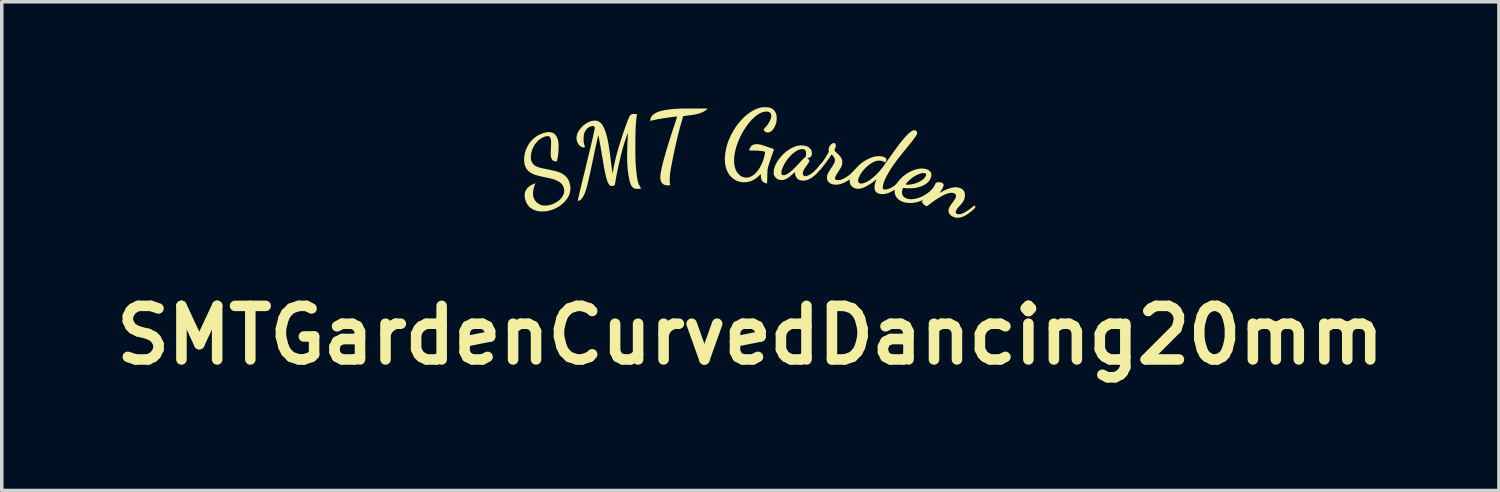
<source format=kicad_pcb>
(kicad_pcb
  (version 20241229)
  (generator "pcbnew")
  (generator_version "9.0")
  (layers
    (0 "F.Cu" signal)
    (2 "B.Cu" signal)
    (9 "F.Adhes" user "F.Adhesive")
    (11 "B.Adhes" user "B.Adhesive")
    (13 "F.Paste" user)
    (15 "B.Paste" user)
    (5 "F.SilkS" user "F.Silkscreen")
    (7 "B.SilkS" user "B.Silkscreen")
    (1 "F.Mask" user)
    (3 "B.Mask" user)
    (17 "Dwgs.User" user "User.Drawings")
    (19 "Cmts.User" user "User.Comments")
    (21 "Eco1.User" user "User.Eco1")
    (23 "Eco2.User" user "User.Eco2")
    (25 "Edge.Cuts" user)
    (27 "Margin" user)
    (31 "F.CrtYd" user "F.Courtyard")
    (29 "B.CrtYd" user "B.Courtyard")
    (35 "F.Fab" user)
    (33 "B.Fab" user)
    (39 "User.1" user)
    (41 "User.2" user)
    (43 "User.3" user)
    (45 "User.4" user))
  (footprint "SMTGardenCurvedDancing20mm"
    (layer "F.Cu")
    (at 18.295 6.486)
    (property "Reference" "SMTGardenCurvedDancing20mm" (at 0 0 0) (layer "F.SilkS") (effects (font (size 1.524 1.524) (thickness 0.3))))
    (attr board_only exclude_from_pos_files exclude_from_bom)
    (fp_poly (pts (xy -1.484 -6.449) (xy -1.42 -6.449) (xy -1.363 -6.449) (xy -1.314 -6.448) (xy -1.273 -6.448) (xy -1.242 -6.448) (xy -1.222 -6.447) (xy -1.213 -6.446) (xy -1.213 -6.446) (xy -1.218 -6.44) (xy -1.231 -6.429) (xy -1.249 -6.413) (xy -1.255 -6.409) (xy -1.299 -6.377) (xy -1.348 -6.35) (xy -1.404 -6.325) (xy -1.468 -6.304) (xy -1.541 -6.286) (xy -1.624 -6.27) (xy -1.719 -6.256) (xy -1.785 -6.248) (xy -1.822 -6.243) (xy -1.856 -6.239) (xy -1.882 -6.235) (xy -1.9 -6.232) (xy -1.905 -6.231) (xy -1.912 -6.222) (xy -1.915 -6.212) (xy -1.918 -6.201) (xy -1.924 -6.179) (xy -1.933 -6.15) (xy -1.943 -6.114) (xy -1.955 -6.074) (xy -1.956 -6.07) (xy -1.983 -5.976) (xy -2.012 -5.87) (xy -2.042 -5.755) (xy -2.072 -5.632) (xy -2.102 -5.502) (xy -2.133 -5.368) (xy -2.163 -5.231) (xy -2.192 -5.093) (xy -2.219 -4.955) (xy -2.246 -4.82) (xy -2.27 -4.689) (xy -2.271 -4.683) (xy -2.278 -4.634) (xy -2.284 -4.581) (xy -2.289 -4.525) (xy -2.292 -4.47) (xy -2.293 -4.417) (xy -2.293 -4.371) (xy -2.291 -4.333) (xy -2.287 -4.309) (xy -2.283 -4.288) (xy -2.282 -4.273) (xy -2.283 -4.268) (xy -2.293 -4.265) (xy -2.312 -4.263) (xy -2.337 -4.263) (xy -2.365 -4.263) (xy -2.39 -4.266) (xy -2.399 -4.267) (xy -2.441 -4.277) (xy -2.474 -4.293) (xy -2.502 -4.318) (xy -2.522 -4.341) (xy -2.542 -4.377) (xy -2.555 -4.42) (xy -2.561 -4.473) (xy -2.561 -4.49) (xy -2.558 -4.542) (xy -2.55 -4.606) (xy -2.537 -4.682) (xy -2.519 -4.771) (xy -2.495 -4.871) (xy -2.466 -4.984) (xy -2.431 -5.109) (xy -2.392 -5.246) (xy -2.347 -5.396) (xy -2.296 -5.557) (xy -2.241 -5.731) (xy -2.18 -5.916) (xy -2.16 -5.977) (xy -2.141 -6.033) (xy -2.125 -6.084) (xy -2.11 -6.129) (xy -2.099 -6.166) (xy -2.09 -6.194) (xy -2.085 -6.212) (xy -2.083 -6.219) (xy -2.092 -6.22) (xy -2.112 -6.219) (xy -2.142 -6.216) (xy -2.181 -6.212) (xy -2.227 -6.206) (xy -2.279 -6.199) (xy -2.335 -6.192) (xy -2.393 -6.183) (xy -2.452 -6.174) (xy -2.511 -6.165) (xy -2.568 -6.155) (xy -2.621 -6.146) (xy -2.669 -6.137) (xy -2.711 -6.129) (xy -2.737 -6.123) (xy -2.768 -6.116) (xy -2.797 -6.109) (xy -2.819 -6.104) (xy -2.829 -6.102) (xy -2.849 -6.098) (xy -2.845 -6.131) (xy -2.833 -6.182) (xy -2.808 -6.227) (xy -2.772 -6.268) (xy -2.723 -6.305) (xy -2.662 -6.337) (xy -2.589 -6.366) (xy -2.503 -6.389) (xy -2.404 -6.409) (xy -2.302 -6.423) (xy -2.257 -6.428) (xy -2.215 -6.433) (xy -2.174 -6.437) (xy -2.133 -6.44) (xy -2.09 -6.442) (xy -2.044 -6.444) (xy -1.993 -6.446) (xy -1.937 -6.447) (xy -1.872 -6.448) (xy -1.799 -6.449) (xy -1.716 -6.449) (xy -1.625 -6.449) (xy -1.552 -6.449)) (stroke (width 0) (type solid)) (fill yes) (layer "F.SilkS"))
    (fp_poly (pts (xy 0.452 -6.485) (xy 0.498 -6.482) (xy 0.538 -6.476) (xy 0.57 -6.469) (xy 0.576 -6.467) (xy 0.626 -6.44) (xy 0.67 -6.403) (xy 0.706 -6.357) (xy 0.733 -6.303) (xy 0.739 -6.287) (xy 0.744 -6.263) (xy 0.748 -6.234) (xy 0.749 -6.196) (xy 0.749 -6.167) (xy 0.749 -6.127) (xy 0.747 -6.097) (xy 0.743 -6.071) (xy 0.737 -6.044) (xy 0.731 -6.024) (xy 0.706 -5.955) (xy 0.676 -5.897) (xy 0.642 -5.848) (xy 0.605 -5.81) (xy 0.564 -5.784) (xy 0.521 -5.769) (xy 0.493 -5.767) (xy 0.458 -5.771) (xy 0.429 -5.784) (xy 0.404 -5.809) (xy 0.394 -5.824) (xy 0.374 -5.856) (xy 0.416 -5.898) (xy 0.466 -5.954) (xy 0.513 -6.019) (xy 0.552 -6.088) (xy 0.58 -6.15) (xy 0.592 -6.193) (xy 0.596 -6.236) (xy 0.593 -6.274) (xy 0.583 -6.303) (xy 0.562 -6.33) (xy 0.531 -6.349) (xy 0.493 -6.36) (xy 0.449 -6.363) (xy 0.4 -6.358) (xy 0.349 -6.345) (xy 0.296 -6.325) (xy 0.247 -6.3) (xy 0.172 -6.249) (xy 0.097 -6.185) (xy 0.023 -6.111) (xy -0.049 -6.027) (xy -0.118 -5.934) (xy -0.183 -5.834) (xy -0.244 -5.728) (xy -0.299 -5.616) (xy -0.348 -5.501) (xy -0.384 -5.403) (xy -0.417 -5.291) (xy -0.441 -5.183) (xy -0.456 -5.079) (xy -0.462 -4.981) (xy -0.458 -4.889) (xy -0.445 -4.804) (xy -0.423 -4.727) (xy -0.398 -4.67) (xy -0.378 -4.638) (xy -0.35 -4.604) (xy -0.318 -4.571) (xy -0.285 -4.542) (xy -0.253 -4.519) (xy -0.239 -4.512) (xy -0.18 -4.491) (xy -0.12 -4.483) (xy -0.06 -4.488) (xy -0.001 -4.505) (xy 0.057 -4.535) (xy 0.114 -4.576) (xy 0.168 -4.628) (xy 0.22 -4.692) (xy 0.269 -4.766) (xy 0.31 -4.843) (xy 0.344 -4.918) (xy 0.371 -4.991) (xy 0.393 -5.068) (xy 0.403 -5.11) (xy 0.412 -5.15) (xy 0.417 -5.179) (xy 0.419 -5.2) (xy 0.415 -5.213) (xy 0.408 -5.222) (xy 0.394 -5.227) (xy 0.377 -5.231) (xy 0.307 -5.242) (xy 0.227 -5.249) (xy 0.136 -5.253) (xy 0.087 -5.253) (xy 0.042 -5.253) (xy 0.009 -5.254) (xy -0.014 -5.256) (xy -0.027 -5.26) (xy -0.033 -5.266) (xy -0.032 -5.277) (xy -0.026 -5.292) (xy -0.017 -5.312) (xy -0.017 -5.312) (xy 0.008 -5.357) (xy 0.037 -5.391) (xy 0.071 -5.414) (xy 0.112 -5.428) (xy 0.162 -5.434) (xy 0.182 -5.435) (xy 0.212 -5.434) (xy 0.241 -5.431) (xy 0.272 -5.425) (xy 0.308 -5.417) (xy 0.349 -5.405) (xy 0.398 -5.389) (xy 0.457 -5.369) (xy 0.474 -5.363) (xy 0.517 -5.348) (xy 0.557 -5.334) (xy 0.592 -5.322) (xy 0.62 -5.313) (xy 0.639 -5.307) (xy 0.643 -5.306) (xy 0.661 -5.3) (xy 0.672 -5.294) (xy 0.673 -5.291) (xy 0.671 -5.283) (xy 0.665 -5.264) (xy 0.656 -5.236) (xy 0.644 -5.201) (xy 0.63 -5.161) (xy 0.617 -5.124) (xy 0.585 -5.03) (xy 0.557 -4.947) (xy 0.533 -4.874) (xy 0.515 -4.813) (xy 0.501 -4.763) (xy 0.496 -4.738) (xy 0.492 -4.714) (xy 0.489 -4.681) (xy 0.486 -4.638) (xy 0.484 -4.583) (xy 0.482 -4.517) (xy 0.482 -4.502) (xy 0.481 -4.453) (xy 0.48 -4.409) (xy 0.478 -4.372) (xy 0.477 -4.342) (xy 0.476 -4.322) (xy 0.474 -4.314) (xy 0.474 -4.314) (xy 0.466 -4.316) (xy 0.449 -4.321) (xy 0.427 -4.328) (xy 0.425 -4.329) (xy 0.383 -4.348) (xy 0.35 -4.372) (xy 0.327 -4.403) (xy 0.311 -4.443) (xy 0.303 -4.493) (xy 0.301 -4.518) (xy 0.298 -4.587) (xy 0.258 -4.546) (xy 0.187 -4.482) (xy 0.113 -4.43) (xy 0.037 -4.392) (xy -0.042 -4.366) (xy -0.114 -4.354) (xy -0.2 -4.351) (xy -0.281 -4.361) (xy -0.357 -4.382) (xy -0.428 -4.413) (xy -0.492 -4.456) (xy -0.55 -4.507) (xy -0.6 -4.568) (xy -0.643 -4.638) (xy -0.677 -4.715) (xy -0.703 -4.799) (xy -0.719 -4.89) (xy -0.725 -4.987) (xy -0.724 -5.06) (xy -0.711 -5.189) (xy -0.688 -5.314) (xy -0.655 -5.437) (xy -0.61 -5.56) (xy -0.554 -5.685) (xy -0.533 -5.725) (xy -0.47 -5.837) (xy -0.402 -5.942) (xy -0.327 -6.04) (xy -0.249 -6.131) (xy -0.167 -6.213) (xy -0.081 -6.285) (xy 0.006 -6.348) (xy 0.094 -6.4) (xy 0.183 -6.441) (xy 0.271 -6.47) (xy 0.323 -6.481) (xy 0.361 -6.485) (xy 0.405 -6.486)) (stroke (width 0) (type solid)) (fill yes) (layer "F.SilkS"))
    (fp_poly (pts (xy -5.695 -5.777) (xy -5.641 -5.766) (xy -5.593 -5.743) (xy -5.553 -5.709) (xy -5.519 -5.664) (xy -5.504 -5.637) (xy -5.487 -5.599) (xy -5.474 -5.562) (xy -5.465 -5.521) (xy -5.459 -5.476) (xy -5.455 -5.423) (xy -5.455 -5.361) (xy -5.455 -5.317) (xy -5.457 -5.252) (xy -5.461 -5.197) (xy -5.466 -5.146) (xy -5.473 -5.096) (xy -5.482 -5.043) (xy -5.491 -4.998) (xy -5.502 -4.947) (xy -5.538 -4.947) (xy -5.579 -4.952) (xy -5.612 -4.967) (xy -5.638 -4.992) (xy -5.657 -5.029) (xy -5.67 -5.077) (xy -5.674 -5.094) (xy -5.676 -5.112) (xy -5.677 -5.131) (xy -5.678 -5.155) (xy -5.677 -5.185) (xy -5.676 -5.222) (xy -5.675 -5.269) (xy -5.673 -5.321) (xy -5.67 -5.381) (xy -5.668 -5.43) (xy -5.668 -5.468) (xy -5.668 -5.499) (xy -5.669 -5.523) (xy -5.67 -5.543) (xy -5.673 -5.559) (xy -5.684 -5.603) (xy -5.701 -5.635) (xy -5.723 -5.657) (xy -5.727 -5.659) (xy -5.749 -5.664) (xy -5.781 -5.664) (xy -5.818 -5.657) (xy -5.859 -5.645) (xy -5.866 -5.643) (xy -5.935 -5.61) (xy -6.001 -5.566) (xy -6.06 -5.511) (xy -6.114 -5.447) (xy -6.16 -5.376) (xy -6.196 -5.299) (xy -6.223 -5.217) (xy -6.223 -5.216) (xy -6.239 -5.137) (xy -6.244 -5.064) (xy -6.239 -4.999) (xy -6.222 -4.941) (xy -6.195 -4.891) (xy -6.157 -4.849) (xy -6.108 -4.814) (xy -6.095 -4.807) (xy -6.073 -4.797) (xy -6.05 -4.787) (xy -6.026 -4.778) (xy -5.998 -4.77) (xy -5.964 -4.761) (xy -5.924 -4.751) (xy -5.875 -4.74) (xy -5.815 -4.728) (xy -5.776 -4.72) (xy -5.69 -4.702) (xy -5.617 -4.686) (xy -5.554 -4.671) (xy -5.5 -4.656) (xy -5.454 -4.641) (xy -5.413 -4.626) (xy -5.378 -4.61) (xy -5.346 -4.592) (xy -5.315 -4.572) (xy -5.285 -4.55) (xy -5.285 -4.55) (xy -5.234 -4.502) (xy -5.191 -4.444) (xy -5.158 -4.379) (xy -5.134 -4.307) (xy -5.12 -4.231) (xy -5.118 -4.18) (xy -5.123 -4.102) (xy -5.14 -4.028) (xy -5.168 -3.957) (xy -5.209 -3.887) (xy -5.263 -3.819) (xy -5.303 -3.777) (xy -5.383 -3.706) (xy -5.471 -3.645) (xy -5.566 -3.596) (xy -5.665 -3.558) (xy -5.769 -3.532) (xy -5.786 -3.529) (xy -5.824 -3.525) (xy -5.87 -3.522) (xy -5.919 -3.521) (xy -5.967 -3.522) (xy -6.009 -3.525) (xy -6.032 -3.527) (xy -6.107 -3.546) (xy -6.177 -3.575) (xy -6.239 -3.613) (xy -6.294 -3.66) (xy -6.339 -3.715) (xy -6.365 -3.76) (xy -6.391 -3.82) (xy -6.408 -3.874) (xy -6.417 -3.928) (xy -6.419 -3.984) (xy -6.419 -3.989) (xy -6.417 -4.023) (xy -6.414 -4.048) (xy -6.409 -4.069) (xy -6.4 -4.09) (xy -6.396 -4.1) (xy -6.369 -4.149) (xy -6.337 -4.19) (xy -6.296 -4.227) (xy -6.26 -4.252) (xy -6.232 -4.27) (xy -6.202 -4.286) (xy -6.173 -4.3) (xy -6.148 -4.311) (xy -6.129 -4.318) (xy -6.117 -4.319) (xy -6.116 -4.319) (xy -6.117 -4.311) (xy -6.123 -4.296) (xy -6.131 -4.276) (xy -6.152 -4.218) (xy -6.168 -4.156) (xy -6.178 -4.092) (xy -6.182 -4.03) (xy -6.179 -3.974) (xy -6.174 -3.947) (xy -6.152 -3.883) (xy -6.12 -3.827) (xy -6.078 -3.779) (xy -6.026 -3.739) (xy -5.967 -3.709) (xy -5.926 -3.696) (xy -5.9 -3.691) (xy -5.872 -3.688) (xy -5.838 -3.688) (xy -5.81 -3.689) (xy -5.727 -3.699) (xy -5.646 -3.721) (xy -5.566 -3.756) (xy -5.497 -3.796) (xy -5.435 -3.842) (xy -5.384 -3.893) (xy -5.344 -3.946) (xy -5.315 -4.003) (xy -5.298 -4.061) (xy -5.294 -4.119) (xy -5.303 -4.178) (xy -5.303 -4.179) (xy -5.323 -4.237) (xy -5.353 -4.286) (xy -5.392 -4.329) (xy -5.442 -4.367) (xy -5.489 -4.393) (xy -5.517 -4.406) (xy -5.547 -4.418) (xy -5.58 -4.43) (xy -5.617 -4.441) (xy -5.66 -4.453) (xy -5.712 -4.465) (xy -5.773 -4.479) (xy -5.846 -4.494) (xy -5.853 -4.496) (xy -5.93 -4.512) (xy -5.995 -4.527) (xy -6.05 -4.541) (xy -6.097 -4.555) (xy -6.138 -4.568) (xy -6.174 -4.583) (xy -6.208 -4.599) (xy -6.24 -4.617) (xy -6.251 -4.624) (xy -6.308 -4.666) (xy -6.354 -4.716) (xy -6.389 -4.774) (xy -6.415 -4.839) (xy -6.43 -4.914) (xy -6.435 -4.993) (xy -6.43 -5.08) (xy -6.417 -5.163) (xy -6.395 -5.244) (xy -6.361 -5.328) (xy -6.351 -5.35) (xy -6.301 -5.439) (xy -6.241 -5.519) (xy -6.172 -5.59) (xy -6.095 -5.651) (xy -6.009 -5.701) (xy -5.915 -5.741) (xy -5.901 -5.746) (xy -5.825 -5.767) (xy -5.756 -5.778)) (stroke (width 0) (type solid)) (fill yes) (layer "F.SilkS"))
    (fp_poly (pts (xy -3.283 -6.293) (xy -3.258 -6.291) (xy -3.242 -6.289) (xy -3.229 -6.286) (xy -3.224 -6.279) (xy -3.226 -6.265) (xy -3.227 -6.261) (xy -3.232 -6.235) (xy -3.237 -6.201) (xy -3.242 -6.156) (xy -3.247 -6.1) (xy -3.253 -6.032) (xy -3.258 -5.963) (xy -3.261 -5.917) (xy -3.263 -5.86) (xy -3.265 -5.793) (xy -3.267 -5.719) (xy -3.268 -5.639) (xy -3.27 -5.554) (xy -3.27 -5.467) (xy -3.271 -5.379) (xy -3.27 -5.291) (xy -3.27 -5.207) (xy -3.269 -5.126) (xy -3.268 -5.052) (xy -3.266 -4.985) (xy -3.264 -4.928) (xy -3.262 -4.882) (xy -3.261 -4.873) (xy -3.253 -4.763) (xy -3.243 -4.665) (xy -3.234 -4.578) (xy -3.224 -4.504) (xy -3.22 -4.482) (xy -3.21 -4.424) (xy -3.199 -4.376) (xy -3.188 -4.336) (xy -3.175 -4.3) (xy -3.158 -4.264) (xy -3.138 -4.228) (xy -3.131 -4.217) (xy -3.119 -4.196) (xy -3.113 -4.183) (xy -3.113 -4.176) (xy -3.117 -4.171) (xy -3.118 -4.171) (xy -3.13 -4.168) (xy -3.151 -4.166) (xy -3.179 -4.164) (xy -3.2 -4.164) (xy -3.234 -4.164) (xy -3.259 -4.166) (xy -3.278 -4.169) (xy -3.296 -4.176) (xy -3.305 -4.179) (xy -3.333 -4.196) (xy -3.358 -4.218) (xy -3.381 -4.248) (xy -3.4 -4.285) (xy -3.418 -4.332) (xy -3.434 -4.39) (xy -3.449 -4.458) (xy -3.463 -4.533) (xy -3.479 -4.641) (xy -3.491 -4.746) (xy -3.499 -4.854) (xy -3.504 -4.966) (xy -3.505 -5.085) (xy -3.504 -5.18) (xy -3.502 -5.245) (xy -3.5 -5.314) (xy -3.498 -5.385) (xy -3.496 -5.454) (xy -3.493 -5.521) (xy -3.49 -5.583) (xy -3.488 -5.637) (xy -3.485 -5.682) (xy -3.483 -5.713) (xy -3.48 -5.757) (xy -3.497 -5.717) (xy -3.513 -5.676) (xy -3.532 -5.624) (xy -3.553 -5.564) (xy -3.574 -5.499) (xy -3.596 -5.43) (xy -3.617 -5.359) (xy -3.636 -5.29) (xy -3.646 -5.253) (xy -3.665 -5.18) (xy -3.685 -5.099) (xy -3.706 -5.012) (xy -3.727 -4.92) (xy -3.748 -4.828) (xy -3.768 -4.735) (xy -3.787 -4.646) (xy -3.804 -4.561) (xy -3.818 -4.484) (xy -3.83 -4.416) (xy -3.836 -4.381) (xy -3.843 -4.338) (xy -3.849 -4.307) (xy -3.854 -4.284) (xy -3.861 -4.27) (xy -3.87 -4.26) (xy -3.882 -4.254) (xy -3.897 -4.249) (xy -3.903 -4.247) (xy -3.939 -4.244) (xy -3.975 -4.252) (xy -3.997 -4.263) (xy -4.018 -4.284) (xy -4.04 -4.318) (xy -4.061 -4.365) (xy -4.082 -4.425) (xy -4.103 -4.499) (xy -4.124 -4.585) (xy -4.145 -4.685) (xy -4.153 -4.727) (xy -4.159 -4.759) (xy -4.166 -4.802) (xy -4.175 -4.853) (xy -4.185 -4.911) (xy -4.195 -4.973) (xy -4.206 -5.037) (xy -4.217 -5.1) (xy -4.217 -5.1) (xy -4.234 -5.202) (xy -4.25 -5.295) (xy -4.264 -5.381) (xy -4.278 -5.457) (xy -4.29 -5.523) (xy -4.301 -5.579) (xy -4.31 -5.624) (xy -4.318 -5.657) (xy -4.323 -5.678) (xy -4.326 -5.685) (xy -4.328 -5.68) (xy -4.332 -5.663) (xy -4.339 -5.634) (xy -4.348 -5.596) (xy -4.359 -5.548) (xy -4.371 -5.491) (xy -4.385 -5.428) (xy -4.4 -5.358) (xy -4.416 -5.282) (xy -4.433 -5.202) (xy -4.443 -5.155) (xy -4.471 -5.02) (xy -4.497 -4.897) (xy -4.521 -4.786) (xy -4.542 -4.686) (xy -4.562 -4.595) (xy -4.58 -4.515) (xy -4.596 -4.442) (xy -4.611 -4.378) (xy -4.625 -4.321) (xy -4.637 -4.27) (xy -4.649 -4.225) (xy -4.66 -4.184) (xy -4.671 -4.148) (xy -4.681 -4.115) (xy -4.692 -4.085) (xy -4.702 -4.057) (xy -4.708 -4.042) (xy -4.727 -3.997) (xy -4.75 -3.953) (xy -4.773 -3.915) (xy -4.797 -3.883) (xy -4.818 -3.861) (xy -4.821 -3.858) (xy -4.849 -3.839) (xy -4.873 -3.827) (xy -4.892 -3.821) (xy -4.904 -3.823) (xy -4.907 -3.83) (xy -4.906 -3.838) (xy -4.903 -3.854) (xy -4.898 -3.876) (xy -4.892 -3.907) (xy -4.883 -3.946) (xy -4.872 -3.994) (xy -4.859 -4.051) (xy -4.843 -4.118) (xy -4.824 -4.195) (xy -4.803 -4.282) (xy -4.78 -4.381) (xy -4.753 -4.491) (xy -4.723 -4.613) (xy -4.69 -4.747) (xy -4.68 -4.79) (xy -4.647 -4.926) (xy -4.616 -5.055) (xy -4.587 -5.176) (xy -4.559 -5.29) (xy -4.534 -5.395) (xy -4.512 -5.491) (xy -4.492 -5.578) (xy -4.474 -5.655) (xy -4.459 -5.722) (xy -4.447 -5.778) (xy -4.437 -5.823) (xy -4.431 -5.856) (xy -4.427 -5.877) (xy -4.427 -5.883) (xy -4.428 -5.907) (xy -4.432 -5.923) (xy -4.442 -5.936) (xy -4.444 -5.938) (xy -4.457 -5.948) (xy -4.47 -5.953) (xy -4.489 -5.952) (xy -4.492 -5.951) (xy -4.548 -5.938) (xy -4.599 -5.913) (xy -4.644 -5.878) (xy -4.681 -5.833) (xy -4.695 -5.809) (xy -4.713 -5.771) (xy -4.726 -5.735) (xy -4.735 -5.699) (xy -4.74 -5.658) (xy -4.742 -5.608) (xy -4.743 -5.58) (xy -4.742 -5.54) (xy -4.741 -5.51) (xy -4.739 -5.486) (xy -4.735 -5.463) (xy -4.729 -5.439) (xy -4.722 -5.417) (xy -4.714 -5.389) (xy -4.708 -5.365) (xy -4.705 -5.35) (xy -4.705 -5.345) (xy -4.712 -5.342) (xy -4.729 -5.34) (xy -4.739 -5.34) (xy -4.78 -5.347) (xy -4.819 -5.365) (xy -4.855 -5.393) (xy -4.887 -5.429) (xy -4.913 -5.472) (xy -4.932 -5.52) (xy -4.943 -5.572) (xy -4.945 -5.625) (xy -4.944 -5.635) (xy -4.932 -5.698) (xy -4.909 -5.76) (xy -4.875 -5.821) (xy -4.833 -5.879) (xy -4.784 -5.934) (xy -4.729 -5.983) (xy -4.67 -6.025) (xy -4.607 -6.06) (xy -4.544 -6.085) (xy -4.48 -6.101) (xy -4.418 -6.105) (xy -4.405 -6.104) (xy -4.355 -6.096) (xy -4.309 -6.078) (xy -4.268 -6.049) (xy -4.23 -6.011) (xy -4.196 -5.961) (xy -4.163 -5.899) (xy -4.133 -5.825) (xy -4.117 -5.779) (xy -4.101 -5.728) (xy -4.086 -5.676) (xy -4.073 -5.622) (xy -4.059 -5.563) (xy -4.046 -5.499) (xy -4.034 -5.43) (xy -4.021 -5.353) (xy -4.008 -5.267) (xy -3.995 -5.172) (xy -3.981 -5.066) (xy -3.966 -4.948) (xy -3.964 -4.929) (xy -3.956 -4.871) (xy -3.949 -4.815) (xy -3.943 -4.764) (xy -3.937 -4.719) (xy -3.932 -4.682) (xy -3.928 -4.655) (xy -3.926 -4.64) (xy -3.918 -4.597) (xy -3.903 -4.687) (xy -3.876 -4.834) (xy -3.841 -4.99) (xy -3.799 -5.157) (xy -3.749 -5.334) (xy -3.692 -5.521) (xy -3.646 -5.663) (xy -3.614 -5.758) (xy -3.583 -5.847) (xy -3.554 -5.93) (xy -3.527 -6.005) (xy -3.502 -6.071) (xy -3.479 -6.127) (xy -3.46 -6.173) (xy -3.444 -6.208) (xy -3.443 -6.21) (xy -3.423 -6.245) (xy -3.401 -6.27) (xy -3.376 -6.284) (xy -3.344 -6.292) (xy -3.31 -6.293)) (stroke (width 0) (type solid)) (fill yes) (layer "F.SilkS"))
    (fp_poly (pts (xy 4.693 -5.829) (xy 4.718 -5.816) (xy 4.736 -5.793) (xy 4.741 -5.78) (xy 4.744 -5.769) (xy 4.746 -5.759) (xy 4.746 -5.748) (xy 4.744 -5.736) (xy 4.74 -5.722) (xy 4.733 -5.706) (xy 4.723 -5.687) (xy 4.709 -5.664) (xy 4.691 -5.638) (xy 4.668 -5.606) (xy 4.64 -5.569) (xy 4.607 -5.526) (xy 4.568 -5.476) (xy 4.522 -5.419) (xy 4.47 -5.353) (xy 4.41 -5.279) (xy 4.342 -5.196) (xy 4.296 -5.139) (xy 4.206 -5.025) (xy 4.124 -4.915) (xy 4.049 -4.81) (xy 3.983 -4.708) (xy 3.925 -4.612) (xy 3.875 -4.522) (xy 3.834 -4.438) (xy 3.803 -4.361) (xy 3.782 -4.291) (xy 3.77 -4.229) (xy 3.769 -4.216) (xy 3.767 -4.191) (xy 3.767 -4.176) (xy 3.771 -4.166) (xy 3.778 -4.16) (xy 3.783 -4.156) (xy 3.81 -4.146) (xy 3.845 -4.144) (xy 3.886 -4.15) (xy 3.93 -4.163) (xy 3.977 -4.181) (xy 4.025 -4.205) (xy 4.071 -4.234) (xy 4.113 -4.265) (xy 4.138 -4.288) (xy 4.42 -4.288) (xy 4.422 -4.285) (xy 4.433 -4.282) (xy 4.454 -4.282) (xy 4.483 -4.282) (xy 4.515 -4.284) (xy 4.549 -4.287) (xy 4.581 -4.291) (xy 4.609 -4.296) (xy 4.611 -4.297) (xy 4.692 -4.319) (xy 4.766 -4.346) (xy 4.832 -4.378) (xy 4.889 -4.414) (xy 4.936 -4.453) (xy 4.971 -4.495) (xy 4.995 -4.538) (xy 5 -4.554) (xy 5.002 -4.577) (xy 4.992 -4.595) (xy 4.971 -4.607) (xy 4.938 -4.613) (xy 4.915 -4.613) (xy 4.878 -4.609) (xy 4.833 -4.598) (xy 4.784 -4.579) (xy 4.732 -4.556) (xy 4.681 -4.528) (xy 4.643 -4.505) (xy 4.61 -4.48) (xy 4.575 -4.453) (xy 4.541 -4.424) (xy 4.508 -4.395) (xy 4.479 -4.366) (xy 4.454 -4.34) (xy 4.435 -4.317) (xy 4.423 -4.299) (xy 4.42 -4.288) (xy 4.138 -4.288) (xy 4.151 -4.3) (xy 4.181 -4.336) (xy 4.188 -4.345) (xy 4.215 -4.381) (xy 4.249 -4.422) (xy 4.288 -4.463) (xy 4.327 -4.502) (xy 4.365 -4.535) (xy 4.367 -4.537) (xy 4.442 -4.592) (xy 4.519 -4.638) (xy 4.597 -4.677) (xy 4.675 -4.706) (xy 4.752 -4.728) (xy 4.826 -4.74) (xy 4.896 -4.743) (xy 4.962 -4.736) (xy 5.022 -4.72) (xy 5.074 -4.694) (xy 5.076 -4.692) (xy 5.113 -4.661) (xy 5.138 -4.626) (xy 5.15 -4.586) (xy 5.15 -4.54) (xy 5.147 -4.521) (xy 5.128 -4.46) (xy 5.097 -4.403) (xy 5.055 -4.352) (xy 5.001 -4.307) (xy 4.937 -4.268) (xy 4.862 -4.235) (xy 4.778 -4.208) (xy 4.688 -4.19) (xy 4.652 -4.185) (xy 4.607 -4.182) (xy 4.558 -4.18) (xy 4.508 -4.18) (xy 4.461 -4.181) (xy 4.42 -4.183) (xy 4.391 -4.186) (xy 4.369 -4.189) (xy 4.353 -4.191) (xy 4.346 -4.19) (xy 4.34 -4.18) (xy 4.332 -4.161) (xy 4.325 -4.135) (xy 4.319 -4.107) (xy 4.315 -4.079) (xy 4.317 -4.029) (xy 4.33 -3.985) (xy 4.354 -3.948) (xy 4.39 -3.917) (xy 4.437 -3.893) (xy 4.495 -3.876) (xy 4.498 -3.876) (xy 4.563 -3.868) (xy 4.633 -3.872) (xy 4.709 -3.885) (xy 4.787 -3.907) (xy 4.866 -3.938) (xy 4.945 -3.978) (xy 5.021 -4.026) (xy 5.049 -4.046) (xy 5.11 -4.095) (xy 5.161 -4.145) (xy 5.203 -4.198) (xy 5.239 -4.256) (xy 5.256 -4.291) (xy 5.268 -4.315) (xy 5.277 -4.329) (xy 5.286 -4.338) (xy 5.299 -4.343) (xy 5.309 -4.346) (xy 5.353 -4.353) (xy 5.394 -4.352) (xy 5.431 -4.344) (xy 5.462 -4.33) (xy 5.485 -4.31) (xy 5.498 -4.286) (xy 5.5 -4.269) (xy 5.495 -4.241) (xy 5.481 -4.204) (xy 5.458 -4.161) (xy 5.426 -4.111) (xy 5.424 -4.108) (xy 5.408 -4.084) (xy 5.396 -4.065) (xy 5.389 -4.053) (xy 5.388 -4.05) (xy 5.394 -4.052) (xy 5.409 -4.06) (xy 5.43 -4.071) (xy 5.44 -4.077) (xy 5.511 -4.115) (xy 5.586 -4.148) (xy 5.661 -4.175) (xy 5.734 -4.196) (xy 5.789 -4.206) (xy 5.854 -4.21) (xy 5.917 -4.202) (xy 5.975 -4.184) (xy 6.026 -4.157) (xy 6.04 -4.146) (xy 6.069 -4.115) (xy 6.09 -4.075) (xy 6.103 -4.029) (xy 6.106 -3.978) (xy 6.101 -3.925) (xy 6.087 -3.872) (xy 6.073 -3.838) (xy 6.062 -3.818) (xy 6.052 -3.8) (xy 6.041 -3.783) (xy 6.027 -3.764) (xy 6.009 -3.742) (xy 5.985 -3.714) (xy 5.953 -3.679) (xy 5.953 -3.678) (xy 5.916 -3.636) (xy 5.888 -3.6) (xy 5.867 -3.57) (xy 5.853 -3.545) (xy 5.845 -3.521) (xy 5.843 -3.512) (xy 5.842 -3.495) (xy 5.846 -3.481) (xy 5.859 -3.466) (xy 5.871 -3.454) (xy 5.883 -3.447) (xy 5.9 -3.443) (xy 5.922 -3.441) (xy 5.97 -3.443) (xy 6.001 -3.45) (xy 6.051 -3.47) (xy 6.107 -3.499) (xy 6.167 -3.535) (xy 6.23 -3.578) (xy 6.293 -3.627) (xy 6.322 -3.651) (xy 6.346 -3.671) (xy 6.363 -3.683) (xy 6.373 -3.687) (xy 6.382 -3.684) (xy 6.389 -3.672) (xy 6.398 -3.658) (xy 6.403 -3.647) (xy 6.403 -3.639) (xy 6.398 -3.629) (xy 6.385 -3.615) (xy 6.376 -3.605) (xy 6.358 -3.588) (xy 6.333 -3.566) (xy 6.304 -3.54) (xy 6.274 -3.515) (xy 6.269 -3.511) (xy 6.192 -3.452) (xy 6.118 -3.406) (xy 6.048 -3.372) (xy 5.981 -3.35) (xy 5.917 -3.341) (xy 5.855 -3.343) (xy 5.809 -3.353) (xy 5.753 -3.375) (xy 5.706 -3.406) (xy 5.684 -3.427) (xy 5.659 -3.46) (xy 5.644 -3.494) (xy 5.639 -3.533) (xy 5.639 -3.546) (xy 5.64 -3.57) (xy 5.644 -3.59) (xy 5.651 -3.612) (xy 5.665 -3.64) (xy 5.666 -3.643) (xy 5.681 -3.669) (xy 5.702 -3.702) (xy 5.726 -3.736) (xy 5.75 -3.769) (xy 5.751 -3.77) (xy 5.792 -3.826) (xy 5.823 -3.875) (xy 5.843 -3.917) (xy 5.852 -3.953) (xy 5.85 -3.983) (xy 5.838 -4.008) (xy 5.816 -4.028) (xy 5.804 -4.035) (xy 5.764 -4.049) (xy 5.716 -4.052) (xy 5.662 -4.046) (xy 5.601 -4.029) (xy 5.533 -4.002) (xy 5.458 -3.965) (xy 5.375 -3.917) (xy 5.284 -3.859) (xy 5.185 -3.79) (xy 5.14 -3.756) (xy 5.02 -3.667) (xy 4.991 -3.681) (xy 4.949 -3.707) (xy 4.917 -3.738) (xy 4.896 -3.771) (xy 4.878 -3.807) (xy 4.923 -3.854) (xy 4.88 -3.834) (xy 4.784 -3.797) (xy 4.688 -3.773) (xy 4.592 -3.762) (xy 4.52 -3.762) (xy 4.449 -3.768) (xy 4.388 -3.779) (xy 4.333 -3.796) (xy 4.281 -3.82) (xy 4.238 -3.845) (xy 4.191 -3.884) (xy 4.153 -3.931) (xy 4.125 -3.984) (xy 4.109 -4.041) (xy 4.105 -4.092) (xy 4.105 -4.118) (xy 4.104 -4.132) (xy 4.1 -4.136) (xy 4.098 -4.136) (xy 4.088 -4.13) (xy 4.072 -4.119) (xy 4.054 -4.108) (xy 3.992 -4.073) (xy 3.928 -4.046) (xy 3.866 -4.027) (xy 3.805 -4.016) (xy 3.746 -4.013) (xy 3.693 -4.018) (xy 3.645 -4.031) (xy 3.604 -4.052) (xy 3.571 -4.081) (xy 3.552 -4.109) (xy 3.543 -4.132) (xy 3.537 -4.162) (xy 3.535 -4.194) (xy 3.534 -4.233) (xy 3.537 -4.268) (xy 3.544 -4.304) (xy 3.556 -4.344) (xy 3.569 -4.38) (xy 3.591 -4.439) (xy 3.541 -4.397) (xy 3.478 -4.348) (xy 3.411 -4.302) (xy 3.344 -4.261) (xy 3.278 -4.225) (xy 3.217 -4.197) (xy 3.169 -4.181) (xy 3.121 -4.17) (xy 3.072 -4.166) (xy 3.025 -4.168) (xy 2.983 -4.176) (xy 2.965 -4.183) (xy 2.914 -4.212) (xy 2.875 -4.248) (xy 2.847 -4.29) (xy 2.83 -4.339) (xy 2.825 -4.388) (xy 2.825 -4.432) (xy 2.768 -4.395) (xy 2.689 -4.349) (xy 2.61 -4.314) (xy 2.533 -4.292) (xy 2.458 -4.282) (xy 2.387 -4.284) (xy 2.376 -4.286) (xy 2.324 -4.297) (xy 2.282 -4.314) (xy 2.246 -4.339) (xy 2.237 -4.347) (xy 2.21 -4.377) (xy 2.192 -4.408) (xy 2.183 -4.443) (xy 2.181 -4.487) (xy 2.181 -4.494) (xy 2.183 -4.52) (xy 2.188 -4.546) (xy 2.196 -4.572) (xy 2.207 -4.6) (xy 2.224 -4.632) (xy 2.246 -4.669) (xy 2.274 -4.715) (xy 2.305 -4.762) (xy 2.338 -4.812) (xy 2.363 -4.853) (xy 2.381 -4.887) (xy 2.394 -4.916) (xy 2.402 -4.942) (xy 2.406 -4.966) (xy 2.407 -4.984) (xy 2.4 -5.025) (xy 2.382 -5.065) (xy 2.354 -5.101) (xy 2.327 -5.125) (xy 2.308 -5.14) (xy 2.266 -5.075) (xy 2.244 -5.041) (xy 2.217 -5.003) (xy 2.188 -4.962) (xy 2.158 -4.92) (xy 2.126 -4.878) (xy 2.095 -4.836) (xy 2.065 -4.798) (xy 2.038 -4.763) (xy 2.014 -4.734) (xy 1.995 -4.712) (xy 1.982 -4.698) (xy 1.976 -4.694) (xy 1.967 -4.688) (xy 1.957 -4.677) (xy 1.934 -4.647) (xy 1.902 -4.612) (xy 1.864 -4.575) (xy 1.822 -4.538) (xy 1.779 -4.504) (xy 1.737 -4.474) (xy 1.714 -4.46) (xy 1.653 -4.429) (xy 1.591 -4.408) (xy 1.53 -4.398) (xy 1.472 -4.398) (xy 1.418 -4.409) (xy 1.37 -4.43) (xy 1.341 -4.45) (xy 1.325 -4.468) (xy 1.308 -4.494) (xy 1.293 -4.524) (xy 1.281 -4.553) (xy 1.277 -4.571) (xy 1.273 -4.594) (xy 1.27 -4.617) (xy 1.266 -4.64) (xy 1.205 -4.585) (xy 1.147 -4.535) (xy 1.096 -4.494) (xy 1.05 -4.463) (xy 1.008 -4.44) (xy 0.968 -4.425) (xy 0.928 -4.416) (xy 0.888 -4.414) (xy 0.867 -4.415) (xy 0.812 -4.425) (xy 0.765 -4.445) (xy 0.724 -4.477) (xy 0.693 -4.518) (xy 0.685 -4.532) (xy 0.675 -4.555) (xy 0.668 -4.573) (xy 0.665 -4.591) (xy 0.665 -4.603) (xy 0.883 -4.603) (xy 0.891 -4.578) (xy 0.907 -4.561) (xy 0.915 -4.557) (xy 0.941 -4.552) (xy 0.974 -4.555) (xy 1.01 -4.566) (xy 1.031 -4.576) (xy 1.07 -4.598) (xy 1.113 -4.628) (xy 1.16 -4.666) (xy 1.212 -4.713) (xy 1.27 -4.769) (xy 1.334 -4.834) (xy 1.405 -4.91) (xy 1.423 -4.929) (xy 1.458 -4.967) (xy 1.49 -5) (xy 1.516 -5.027) (xy 1.536 -5.046) (xy 1.55 -5.058) (xy 1.554 -5.06) (xy 1.564 -5.066) (xy 1.573 -5.083) (xy 1.58 -5.108) (xy 1.585 -5.139) (xy 1.586 -5.173) (xy 1.585 -5.186) (xy 1.58 -5.227) (xy 1.568 -5.257) (xy 1.549 -5.277) (xy 1.521 -5.289) (xy 1.483 -5.293) (xy 1.472 -5.293) (xy 1.422 -5.288) (xy 1.372 -5.273) (xy 1.319 -5.246) (xy 1.287 -5.226) (xy 1.214 -5.171) (xy 1.144 -5.105) (xy 1.078 -5.031) (xy 1.019 -4.952) (xy 0.968 -4.869) (xy 0.927 -4.785) (xy 0.907 -4.735) (xy 0.891 -4.681) (xy 0.883 -4.637) (xy 0.883 -4.603) (xy 0.665 -4.603) (xy 0.664 -4.616) (xy 0.665 -4.637) (xy 0.672 -4.712) (xy 0.692 -4.788) (xy 0.725 -4.866) (xy 0.77 -4.947) (xy 0.829 -5.029) (xy 0.875 -5.086) (xy 0.95 -5.164) (xy 1.033 -5.234) (xy 1.121 -5.294) (xy 1.213 -5.343) (xy 1.297 -5.377) (xy 1.351 -5.391) (xy 1.411 -5.399) (xy 1.472 -5.399) (xy 1.532 -5.394) (xy 1.586 -5.382) (xy 1.629 -5.365) (xy 1.656 -5.348) (xy 1.685 -5.324) (xy 1.711 -5.297) (xy 1.73 -5.272) (xy 1.735 -5.264) (xy 1.746 -5.233) (xy 1.751 -5.195) (xy 1.752 -5.156) (xy 1.747 -5.123) (xy 1.731 -5.092) (xy 1.706 -5.066) (xy 1.673 -5.048) (xy 1.635 -5.04) (xy 1.627 -5.04) (xy 1.616 -5.04) (xy 1.616 -5.037) (xy 1.626 -5.03) (xy 1.631 -5.027) (xy 1.652 -5.011) (xy 1.669 -4.992) (xy 1.679 -4.973) (xy 1.68 -4.966) (xy 1.678 -4.951) (xy 1.671 -4.932) (xy 1.658 -4.907) (xy 1.638 -4.876) (xy 1.611 -4.837) (xy 1.596 -4.816) (xy 1.563 -4.77) (xy 1.538 -4.731) (xy 1.52 -4.699) (xy 1.507 -4.672) (xy 1.5 -4.647) (xy 1.496 -4.623) (xy 1.495 -4.62) (xy 1.497 -4.582) (xy 1.508 -4.553) (xy 1.528 -4.533) (xy 1.556 -4.524) (xy 1.591 -4.525) (xy 1.607 -4.529) (xy 1.629 -4.537) (xy 1.658 -4.55) (xy 1.689 -4.565) (xy 1.7 -4.572) (xy 1.735 -4.595) (xy 1.776 -4.627) (xy 1.819 -4.665) (xy 1.862 -4.708) (xy 1.904 -4.753) (xy 1.942 -4.798) (xy 1.963 -4.827) (xy 1.981 -4.852) (xy 1.998 -4.872) (xy 2.01 -4.886) (xy 2.017 -4.89) (xy 2.026 -4.896) (xy 2.041 -4.912) (xy 2.061 -4.939) (xy 2.086 -4.974) (xy 2.115 -5.017) (xy 2.147 -5.068) (xy 2.182 -5.125) (xy 2.194 -5.146) (xy 2.213 -5.178) (xy 2.225 -5.2) (xy 2.232 -5.216) (xy 2.234 -5.226) (xy 2.233 -5.234) (xy 2.232 -5.235) (xy 2.228 -5.253) (xy 2.228 -5.279) (xy 2.231 -5.309) (xy 2.238 -5.338) (xy 2.246 -5.359) (xy 2.262 -5.385) (xy 2.283 -5.412) (xy 2.306 -5.436) (xy 2.328 -5.453) (xy 2.334 -5.457) (xy 2.36 -5.465) (xy 2.387 -5.466) (xy 2.407 -5.46) (xy 2.417 -5.448) (xy 2.426 -5.427) (xy 2.432 -5.401) (xy 2.433 -5.384) (xy 2.431 -5.368) (xy 2.423 -5.345) (xy 2.413 -5.32) (xy 2.413 -5.319) (xy 2.4 -5.287) (xy 2.395 -5.264) (xy 2.396 -5.258) (xy 2.402 -5.248) (xy 2.416 -5.231) (xy 2.437 -5.209) (xy 2.461 -5.185) (xy 2.47 -5.177) (xy 2.52 -5.128) (xy 2.559 -5.083) (xy 2.587 -5.041) (xy 2.606 -4.999) (xy 2.616 -4.958) (xy 2.617 -4.915) (xy 2.615 -4.885) (xy 2.61 -4.857) (xy 2.604 -4.832) (xy 2.595 -4.806) (xy 2.582 -4.779) (xy 2.565 -4.748) (xy 2.542 -4.711) (xy 2.513 -4.666) (xy 2.502 -4.648) (xy 2.467 -4.595) (xy 2.441 -4.55) (xy 2.422 -4.514) (xy 2.411 -4.486) (xy 2.407 -4.463) (xy 2.411 -4.446) (xy 2.42 -4.432) (xy 2.434 -4.423) (xy 2.456 -4.416) (xy 2.486 -4.413) (xy 2.519 -4.413) (xy 2.552 -4.417) (xy 2.567 -4.42) (xy 2.605 -4.433) (xy 2.65 -4.454) (xy 2.699 -4.479) (xy 2.747 -4.508) (xy 2.76 -4.517) (xy 2.817 -4.559) (xy 2.877 -4.613) (xy 2.941 -4.677) (xy 3.001 -4.743) (xy 3.073 -4.819) (xy 3.152 -4.889) (xy 3.238 -4.95) (xy 3.327 -5.002) (xy 3.418 -5.044) (xy 3.509 -5.075) (xy 3.547 -5.084) (xy 3.585 -5.089) (xy 3.63 -5.092) (xy 3.677 -5.093) (xy 3.721 -5.09) (xy 3.747 -5.087) (xy 3.783 -5.077) (xy 3.815 -5.064) (xy 3.842 -5.048) (xy 3.86 -5.032) (xy 3.863 -5.026) (xy 3.872 -4.995) (xy 3.869 -4.963) (xy 3.86 -4.942) (xy 3.845 -4.923) (xy 3.828 -4.917) (xy 3.811 -4.923) (xy 3.805 -4.929) (xy 3.781 -4.945) (xy 3.749 -4.956) (xy 3.709 -4.964) (xy 3.666 -4.967) (xy 3.623 -4.965) (xy 3.583 -4.957) (xy 3.58 -4.956) (xy 3.513 -4.931) (xy 3.445 -4.894) (xy 3.378 -4.848) (xy 3.312 -4.793) (xy 3.249 -4.731) (xy 3.192 -4.663) (xy 3.142 -4.592) (xy 3.13 -4.573) (xy 3.1 -4.515) (xy 3.079 -4.464) (xy 3.068 -4.42) (xy 3.068 -4.383) (xy 3.077 -4.353) (xy 3.097 -4.331) (xy 3.109 -4.324) (xy 3.133 -4.316) (xy 3.159 -4.314) (xy 3.191 -4.318) (xy 3.215 -4.324) (xy 3.276 -4.345) (xy 3.342 -4.378) (xy 3.411 -4.423) (xy 3.484 -4.479) (xy 3.559 -4.546) (xy 3.603 -4.59) (xy 3.634 -4.621) (xy 3.662 -4.652) (xy 3.69 -4.683) (xy 3.718 -4.717) (xy 3.748 -4.755) (xy 3.78 -4.797) (xy 3.816 -4.847) (xy 3.857 -4.904) (xy 3.904 -4.971) (xy 3.91 -4.98) (xy 3.986 -5.087) (xy 4.054 -5.184) (xy 4.117 -5.271) (xy 4.174 -5.349) (xy 4.226 -5.419) (xy 4.274 -5.481) (xy 4.318 -5.536) (xy 4.359 -5.586) (xy 4.397 -5.629) (xy 4.433 -5.668) (xy 4.467 -5.703) (xy 4.49 -5.725) (xy 4.518 -5.75) (xy 4.546 -5.774) (xy 4.572 -5.794) (xy 4.59 -5.806) (xy 4.628 -5.824) (xy 4.663 -5.832)) (stroke (width 0) (type solid)) (fill yes) (layer "F.SilkS")))
  (gr_rect
    (start -3 -3)
    (end 39.591 10.904)
    (stroke (width 0.1) (type default))
    (fill no)
    (layer "Edge.Cuts")))
</source>
